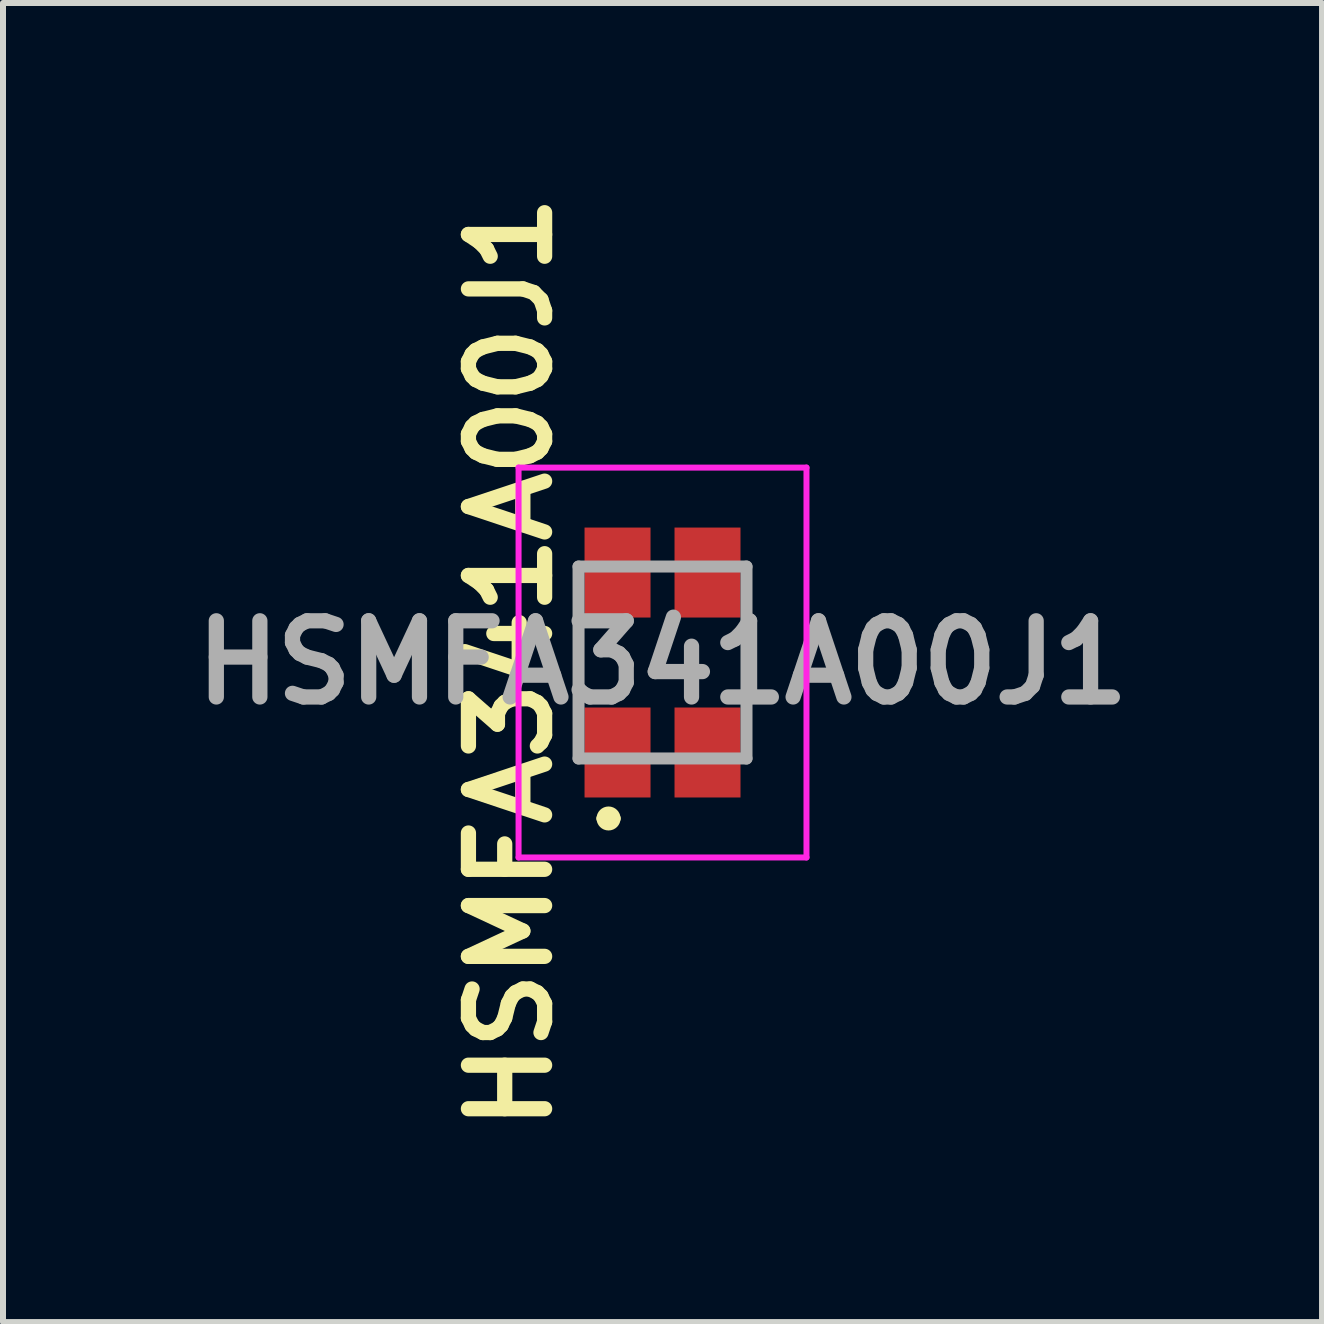
<source format=kicad_pcb>
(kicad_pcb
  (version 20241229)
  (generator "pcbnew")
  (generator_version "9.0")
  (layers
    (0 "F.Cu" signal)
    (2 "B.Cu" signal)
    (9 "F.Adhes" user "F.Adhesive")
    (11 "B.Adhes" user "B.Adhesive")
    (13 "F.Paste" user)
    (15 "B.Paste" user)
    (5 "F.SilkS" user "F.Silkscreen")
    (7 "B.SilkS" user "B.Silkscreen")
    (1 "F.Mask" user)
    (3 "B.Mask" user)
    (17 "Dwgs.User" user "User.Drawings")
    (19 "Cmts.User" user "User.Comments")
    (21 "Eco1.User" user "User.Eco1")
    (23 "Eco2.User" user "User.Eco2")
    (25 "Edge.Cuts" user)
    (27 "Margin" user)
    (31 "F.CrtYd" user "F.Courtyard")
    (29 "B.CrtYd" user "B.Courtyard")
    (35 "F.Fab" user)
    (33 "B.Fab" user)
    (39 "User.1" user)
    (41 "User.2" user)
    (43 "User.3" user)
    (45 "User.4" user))
  (footprint "HSMFA341A00J1"
    (layer "F.Cu")
    (at 7.995 7.995)
    (property "Reference" "HSMFA341A00J1" (at -2.54 0 90) (layer "F.SilkS") (effects (font (size 1.27 1.27) (thickness 0.254))))
    (attr smd)
    (fp_line (start -1 2.6) (end -1 2.6) (stroke (width 0.2) (type solid)) (layer "F.SilkS"))
    (fp_line (start -0.8 2.6) (end -0.8 2.6) (stroke (width 0.2) (type solid)) (layer "F.SilkS"))
    (fp_arc (start -1 2.6) (mid -0.9 2.5) (end -0.8 2.6) (stroke (width 0.2) (type solid)) (layer "F.SilkS"))
    (fp_arc (start -0.8 2.6) (mid -0.9 2.7) (end -1 2.6) (stroke (width 0.2) (type solid)) (layer "F.SilkS"))
    (fp_line (start -2.4 -3.25) (end 2.4 -3.25) (stroke (width 0.1) (type solid)) (layer "F.CrtYd"))
    (fp_line (start -2.4 3.25) (end -2.4 -3.25) (stroke (width 0.1) (type solid)) (layer "F.CrtYd"))
    (fp_line (start 2.4 -3.25) (end 2.4 3.25) (stroke (width 0.1) (type solid)) (layer "F.CrtYd"))
    (fp_line (start 2.4 3.25) (end -2.4 3.25) (stroke (width 0.1) (type solid)) (layer "F.CrtYd"))
    (fp_line (start -1.4 -1.6) (end 1.4 -1.6) (stroke (width 0.2) (type solid)) (layer "F.Fab"))
    (fp_line (start -1.4 1.6) (end -1.4 -1.6) (stroke (width 0.2) (type solid)) (layer "F.Fab"))
    (fp_line (start 1.4 -1.6) (end 1.4 1.6) (stroke (width 0.2) (type solid)) (layer "F.Fab"))
    (fp_line (start 1.4 1.6) (end -1.4 1.6) (stroke (width 0.2) (type solid)) (layer "F.Fab"))
    (fp_text user "${REFERENCE}" (at 0 0 0) (layer "F.Fab") (effects (font (size 1.27 1.27) (thickness 0.254))))
    (pad "1" smd rect (at -0.75 1.5) (size 1.1 1.5) (layers "F.Cu" "F.Mask" "F.Paste"))
    (pad "2" smd rect (at -0.75 -1.5) (size 1.1 1.5) (layers "F.Cu" "F.Mask" "F.Paste"))
    (pad "3" smd rect (at 0.75 -1.5) (size 1.1 1.5) (layers "F.Cu" "F.Mask" "F.Paste"))
    (pad "4" smd rect (at 0.75 1.5) (size 1.1 1.5) (layers "F.Cu" "F.Mask" "F.Paste")))
  (gr_rect
    (start -3 -3)
    (end 18.99 18.99)
    (stroke (width 0.1) (type default))
    (fill no)
    (layer "Edge.Cuts")))
</source>
